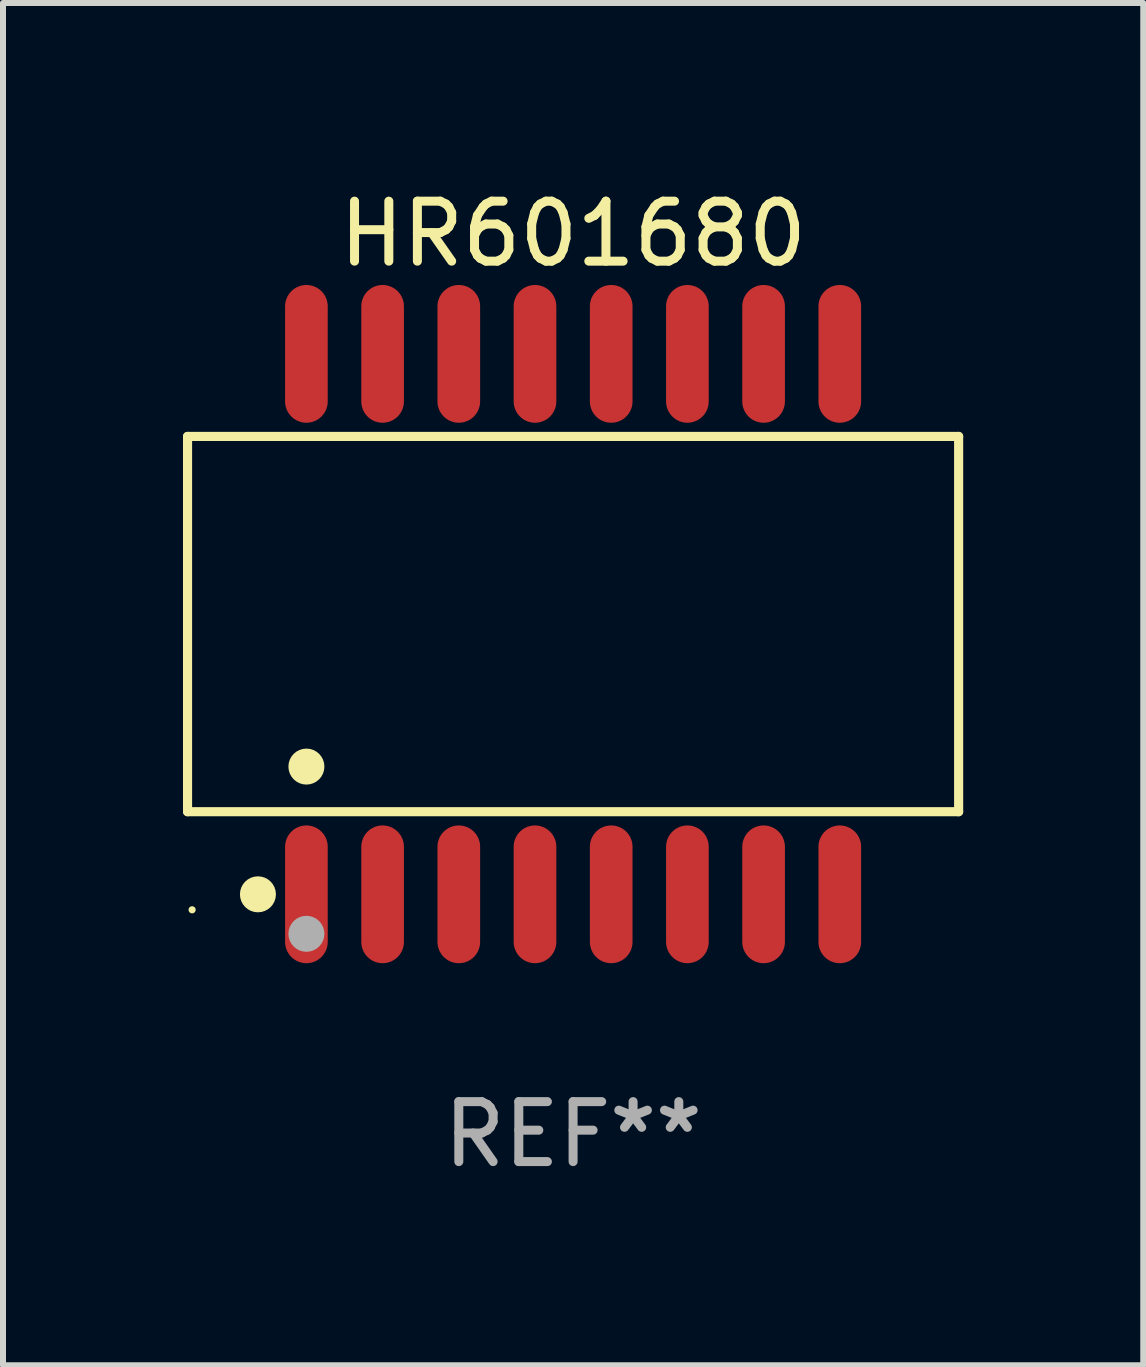
<source format=kicad_pcb>
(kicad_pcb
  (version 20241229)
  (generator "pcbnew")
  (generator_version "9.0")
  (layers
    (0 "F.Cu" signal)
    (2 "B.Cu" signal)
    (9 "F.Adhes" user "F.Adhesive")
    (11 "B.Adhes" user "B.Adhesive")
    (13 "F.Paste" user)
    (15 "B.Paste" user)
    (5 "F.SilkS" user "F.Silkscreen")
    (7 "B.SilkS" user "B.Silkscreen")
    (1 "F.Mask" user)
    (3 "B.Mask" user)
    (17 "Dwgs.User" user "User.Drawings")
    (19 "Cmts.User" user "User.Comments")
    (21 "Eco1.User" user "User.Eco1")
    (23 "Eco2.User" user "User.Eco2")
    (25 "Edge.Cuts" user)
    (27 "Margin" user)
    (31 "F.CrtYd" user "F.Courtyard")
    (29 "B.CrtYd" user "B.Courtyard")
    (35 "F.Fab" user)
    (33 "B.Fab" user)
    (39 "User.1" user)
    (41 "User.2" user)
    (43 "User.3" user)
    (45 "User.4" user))
  (footprint "HR601680"
    (layer "F.Cu")
    (at 6.502 7.352)
    (property "Reference" "HR601680" (at 0 -6.504 0) (layer "F.SilkS") (effects (font (size 1 1) (thickness 0.15))))
    (attr through_hole)
    (fp_line (start -6.426 -3.128) (end 6.426 -3.128) (stroke (width 0.152) (type solid)) (layer "F.SilkS"))
    (fp_line (start -6.426 3.127) (end -6.426 -3.128) (stroke (width 0.152) (type solid)) (layer "F.SilkS"))
    (fp_line (start 6.426 -3.128) (end 6.426 3.127) (stroke (width 0.152) (type solid)) (layer "F.SilkS"))
    (fp_line (start 6.426 3.127) (end -6.426 3.127) (stroke (width 0.152) (type solid)) (layer "F.SilkS"))
    (fp_circle (center -6.35 4.762) (end -6.32 4.762) (stroke (width 0.06) (type solid)) (fill no) (layer "F.SilkS"))
    (fp_circle (center -5.253 4.504) (end -5.103 4.504) (stroke (width 0.3) (type solid)) (fill no) (layer "F.SilkS"))
    (fp_circle (center -4.445 2.375) (end -4.295 2.375) (stroke (width 0.3) (type solid)) (fill no) (layer "F.SilkS"))
    (fp_circle (center -4.445 5.162) (end -4.295 5.162) (stroke (width 0.3) (type solid)) (fill no) (layer "F.Fab"))
    (fp_text user "REF**" (at 0 8.504 0) (layer "F.Fab") (effects (font (size 1 1) (thickness 0.15))))
    (pad "1" smd oval (at -4.445 4.504) (size 0.711 2.296) (layers "F.Cu" "F.Mask" "F.Paste"))
    (pad "2" smd oval (at -3.175 4.504) (size 0.711 2.296) (layers "F.Cu" "F.Mask" "F.Paste"))
    (pad "3" smd oval (at -1.905 4.504) (size 0.711 2.296) (layers "F.Cu" "F.Mask" "F.Paste"))
    (pad "4" smd oval (at -0.635 4.504) (size 0.711 2.296) (layers "F.Cu" "F.Mask" "F.Paste"))
    (pad "5" smd oval (at 0.635 4.504) (size 0.711 2.296) (layers "F.Cu" "F.Mask" "F.Paste"))
    (pad "6" smd oval (at 1.905 4.504) (size 0.711 2.296) (layers "F.Cu" "F.Mask" "F.Paste"))
    (pad "7" smd oval (at 3.175 4.504) (size 0.711 2.296) (layers "F.Cu" "F.Mask" "F.Paste"))
    (pad "8" smd oval (at 4.445 4.504) (size 0.711 2.296) (layers "F.Cu" "F.Mask" "F.Paste"))
    (pad "9" smd oval (at 4.445 -4.504) (size 0.711 2.296) (layers "F.Cu" "F.Mask" "F.Paste"))
    (pad "10" smd oval (at 3.175 -4.504) (size 0.711 2.296) (layers "F.Cu" "F.Mask" "F.Paste"))
    (pad "11" smd oval (at 1.905 -4.504) (size 0.711 2.296) (layers "F.Cu" "F.Mask" "F.Paste"))
    (pad "12" smd oval (at 0.635 -4.504) (size 0.711 2.296) (layers "F.Cu" "F.Mask" "F.Paste"))
    (pad "13" smd oval (at -0.635 -4.504) (size 0.711 2.296) (layers "F.Cu" "F.Mask" "F.Paste"))
    (pad "14" smd oval (at -1.905 -4.504) (size 0.711 2.296) (layers "F.Cu" "F.Mask" "F.Paste"))
    (pad "15" smd oval (at -3.175 -4.504) (size 0.711 2.296) (layers "F.Cu" "F.Mask" "F.Paste"))
    (pad "16" smd oval (at -4.445 -4.504) (size 0.711 2.296) (layers "F.Cu" "F.Mask" "F.Paste")))
  (gr_rect
    (start -3 -3)
    (end 16.005 19.705)
    (stroke (width 0.1) (type default))
    (fill no)
    (layer "Edge.Cuts")))
</source>
